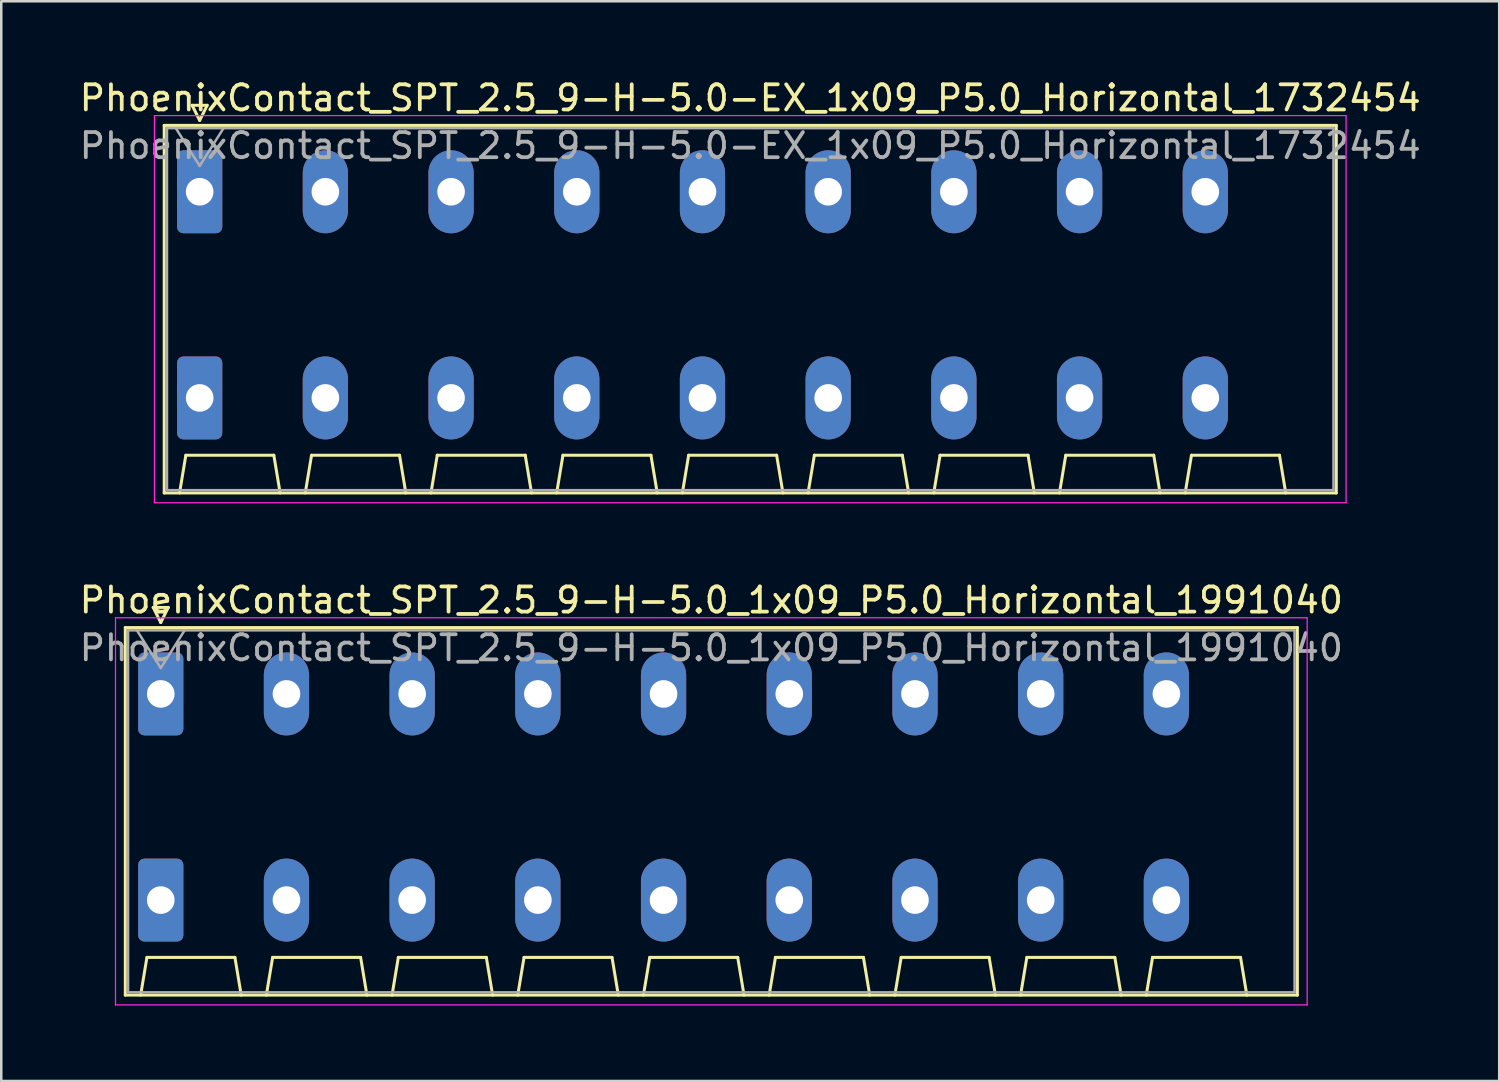
<source format=kicad_pcb>
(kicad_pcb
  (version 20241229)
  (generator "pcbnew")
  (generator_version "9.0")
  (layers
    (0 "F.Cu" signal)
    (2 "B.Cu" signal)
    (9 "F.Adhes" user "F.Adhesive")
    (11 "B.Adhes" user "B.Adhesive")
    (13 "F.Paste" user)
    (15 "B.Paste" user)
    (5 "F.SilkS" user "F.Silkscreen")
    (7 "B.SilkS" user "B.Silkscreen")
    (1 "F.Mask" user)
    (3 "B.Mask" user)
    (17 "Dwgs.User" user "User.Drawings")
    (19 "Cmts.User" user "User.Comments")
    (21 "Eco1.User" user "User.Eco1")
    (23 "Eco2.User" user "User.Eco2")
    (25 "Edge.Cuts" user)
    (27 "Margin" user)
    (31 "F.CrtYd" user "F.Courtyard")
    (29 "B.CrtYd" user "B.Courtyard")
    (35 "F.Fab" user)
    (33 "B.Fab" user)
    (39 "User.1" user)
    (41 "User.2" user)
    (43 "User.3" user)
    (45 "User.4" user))
  (footprint "PhoenixContact_SPT_2.5_9-H-5.0_1x09_P5.0_Horizontal_1991040"
    (layer "F.Cu")
    (at 3.344 24.552)
    (property "Reference" "PhoenixContact_SPT_2.5_9-H-5.0_1x09_P5.0_Horizontal_1991040" (at 21.9 -3.73 0) (layer "F.SilkS") (effects (font (size 1 1) (thickness 0.15))))
    (attr through_hole)
    (fp_line (start -1.41 -2.64) (end 45.21 -2.64) (stroke (width 0.12) (type solid)) (layer "F.SilkS"))
    (fp_line (start -1.41 11.98) (end -1.41 -2.64) (stroke (width 0.12) (type solid)) (layer "F.SilkS"))
    (fp_line (start -0.8 11.98) (end -0.55 10.48) (stroke (width 0.12) (type solid)) (layer "F.SilkS"))
    (fp_line (start -0.55 10.48) (end 2.95 10.48) (stroke (width 0.12) (type solid)) (layer "F.SilkS"))
    (fp_line (start -0.3 -3.44) (end 0 -2.84) (stroke (width 0.12) (type solid)) (layer "F.SilkS"))
    (fp_line (start -0.3 -3.44) (end 0.3 -3.44) (stroke (width 0.12) (type solid)) (layer "F.SilkS"))
    (fp_line (start 0.3 -3.44) (end 0 -2.84) (stroke (width 0.12) (type solid)) (layer "F.SilkS"))
    (fp_line (start 3.2 11.98) (end 2.95 10.48) (stroke (width 0.12) (type solid)) (layer "F.SilkS"))
    (fp_line (start 4.2 11.98) (end 4.45 10.48) (stroke (width 0.12) (type solid)) (layer "F.SilkS"))
    (fp_line (start 4.45 10.48) (end 7.95 10.48) (stroke (width 0.12) (type solid)) (layer "F.SilkS"))
    (fp_line (start 8.2 11.98) (end 7.95 10.48) (stroke (width 0.12) (type solid)) (layer "F.SilkS"))
    (fp_line (start 9.2 11.98) (end 9.45 10.48) (stroke (width 0.12) (type solid)) (layer "F.SilkS"))
    (fp_line (start 9.45 10.48) (end 12.95 10.48) (stroke (width 0.12) (type solid)) (layer "F.SilkS"))
    (fp_line (start 13.2 11.98) (end 12.95 10.48) (stroke (width 0.12) (type solid)) (layer "F.SilkS"))
    (fp_line (start 14.2 11.98) (end 14.45 10.48) (stroke (width 0.12) (type solid)) (layer "F.SilkS"))
    (fp_line (start 14.45 10.48) (end 17.95 10.48) (stroke (width 0.12) (type solid)) (layer "F.SilkS"))
    (fp_line (start 18.2 11.98) (end 17.95 10.48) (stroke (width 0.12) (type solid)) (layer "F.SilkS"))
    (fp_line (start 19.2 11.98) (end 19.45 10.48) (stroke (width 0.12) (type solid)) (layer "F.SilkS"))
    (fp_line (start 19.45 10.48) (end 22.95 10.48) (stroke (width 0.12) (type solid)) (layer "F.SilkS"))
    (fp_line (start 23.2 11.98) (end 22.95 10.48) (stroke (width 0.12) (type solid)) (layer "F.SilkS"))
    (fp_line (start 24.2 11.98) (end 24.45 10.48) (stroke (width 0.12) (type solid)) (layer "F.SilkS"))
    (fp_line (start 24.45 10.48) (end 27.95 10.48) (stroke (width 0.12) (type solid)) (layer "F.SilkS"))
    (fp_line (start 28.2 11.98) (end 27.95 10.48) (stroke (width 0.12) (type solid)) (layer "F.SilkS"))
    (fp_line (start 29.2 11.98) (end 29.45 10.48) (stroke (width 0.12) (type solid)) (layer "F.SilkS"))
    (fp_line (start 29.45 10.48) (end 32.95 10.48) (stroke (width 0.12) (type solid)) (layer "F.SilkS"))
    (fp_line (start 33.2 11.98) (end 32.95 10.48) (stroke (width 0.12) (type solid)) (layer "F.SilkS"))
    (fp_line (start 34.2 11.98) (end 34.45 10.48) (stroke (width 0.12) (type solid)) (layer "F.SilkS"))
    (fp_line (start 34.45 10.48) (end 37.95 10.48) (stroke (width 0.12) (type solid)) (layer "F.SilkS"))
    (fp_line (start 38.2 11.98) (end 37.95 10.48) (stroke (width 0.12) (type solid)) (layer "F.SilkS"))
    (fp_line (start 39.2 11.98) (end 39.45 10.48) (stroke (width 0.12) (type solid)) (layer "F.SilkS"))
    (fp_line (start 39.45 10.48) (end 42.95 10.48) (stroke (width 0.12) (type solid)) (layer "F.SilkS"))
    (fp_line (start 43.2 11.98) (end 42.95 10.48) (stroke (width 0.12) (type solid)) (layer "F.SilkS"))
    (fp_line (start 45.21 -2.64) (end 45.21 11.98) (stroke (width 0.12) (type solid)) (layer "F.SilkS"))
    (fp_line (start 45.21 11.98) (end -1.41 11.98) (stroke (width 0.12) (type solid)) (layer "F.SilkS"))
    (fp_line (start -1.8 -3.03) (end -1.8 12.37) (stroke (width 0.05) (type solid)) (layer "F.CrtYd"))
    (fp_line (start -1.8 12.37) (end 45.6 12.37) (stroke (width 0.05) (type solid)) (layer "F.CrtYd"))
    (fp_line (start 45.6 -3.03) (end -1.8 -3.03) (stroke (width 0.05) (type solid)) (layer "F.CrtYd"))
    (fp_line (start 45.6 12.37) (end 45.6 -3.03) (stroke (width 0.05) (type solid)) (layer "F.CrtYd"))
    (fp_line (start -1.3 -2.53) (end -1.3 11.87) (stroke (width 0.1) (type solid)) (layer "F.Fab"))
    (fp_line (start -1.3 11.87) (end 45.1 11.87) (stroke (width 0.1) (type solid)) (layer "F.Fab"))
    (fp_line (start -0.95 -2.53) (end 0 -1.03) (stroke (width 0.1) (type solid)) (layer "F.Fab"))
    (fp_line (start 0.95 -2.53) (end 0 -1.03) (stroke (width 0.1) (type solid)) (layer "F.Fab"))
    (fp_line (start 45.1 -2.53) (end -1.3 -2.53) (stroke (width 0.1) (type solid)) (layer "F.Fab"))
    (fp_line (start 45.1 11.87) (end 45.1 -2.53) (stroke (width 0.1) (type solid)) (layer "F.Fab"))
    (fp_text user "${REFERENCE}" (at 21.9 -1.83 0) (layer "F.Fab") (effects (font (size 1 1) (thickness 0.15))))
    (pad "1" thru_hole roundrect (at 0 0) (size 1.8 3.3) (drill 1.1) (layers "*.Cu" "*.Mask") (roundrect_rratio 0.139))
    (pad "1" thru_hole roundrect (at 0 8.2) (size 1.8 3.3) (drill 1.1) (layers "*.Cu" "*.Mask") (roundrect_rratio 0.139))
    (pad "2" thru_hole oval (at 5 0) (size 1.8 3.3) (drill 1.1) (layers "*.Cu" "*.Mask"))
    (pad "2" thru_hole oval (at 5 8.2) (size 1.8 3.3) (drill 1.1) (layers "*.Cu" "*.Mask"))
    (pad "3" thru_hole oval (at 10 0) (size 1.8 3.3) (drill 1.1) (layers "*.Cu" "*.Mask"))
    (pad "3" thru_hole oval (at 10 8.2) (size 1.8 3.3) (drill 1.1) (layers "*.Cu" "*.Mask"))
    (pad "4" thru_hole oval (at 15 0) (size 1.8 3.3) (drill 1.1) (layers "*.Cu" "*.Mask"))
    (pad "4" thru_hole oval (at 15 8.2) (size 1.8 3.3) (drill 1.1) (layers "*.Cu" "*.Mask"))
    (pad "5" thru_hole oval (at 20 0) (size 1.8 3.3) (drill 1.1) (layers "*.Cu" "*.Mask"))
    (pad "5" thru_hole oval (at 20 8.2) (size 1.8 3.3) (drill 1.1) (layers "*.Cu" "*.Mask"))
    (pad "6" thru_hole oval (at 25 0) (size 1.8 3.3) (drill 1.1) (layers "*.Cu" "*.Mask"))
    (pad "6" thru_hole oval (at 25 8.2) (size 1.8 3.3) (drill 1.1) (layers "*.Cu" "*.Mask"))
    (pad "7" thru_hole oval (at 30 0) (size 1.8 3.3) (drill 1.1) (layers "*.Cu" "*.Mask"))
    (pad "7" thru_hole oval (at 30 8.2) (size 1.8 3.3) (drill 1.1) (layers "*.Cu" "*.Mask"))
    (pad "8" thru_hole oval (at 35 0) (size 1.8 3.3) (drill 1.1) (layers "*.Cu" "*.Mask"))
    (pad "8" thru_hole oval (at 35 8.2) (size 1.8 3.3) (drill 1.1) (layers "*.Cu" "*.Mask"))
    (pad "9" thru_hole oval (at 40 0) (size 1.8 3.3) (drill 1.1) (layers "*.Cu" "*.Mask"))
    (pad "9" thru_hole oval (at 40 8.2) (size 1.8 3.3) (drill 1.1) (layers "*.Cu" "*.Mask")))
  (footprint "PhoenixContact_SPT_2.5_9-H-5.0-EX_1x09_P5.0_Horizontal_1732454"
    (layer "F.Cu")
    (at 4.892 4.578)
    (property "Reference" "PhoenixContact_SPT_2.5_9-H-5.0-EX_1x09_P5.0_Horizontal_1732454" (at 21.9 -3.73 0) (layer "F.SilkS") (effects (font (size 1 1) (thickness 0.15))))
    (attr through_hole)
    (fp_line (start -1.41 -2.64) (end 45.21 -2.64) (stroke (width 0.12) (type solid)) (layer "F.SilkS"))
    (fp_line (start -1.41 11.98) (end -1.41 -2.64) (stroke (width 0.12) (type solid)) (layer "F.SilkS"))
    (fp_line (start -0.8 11.98) (end -0.55 10.48) (stroke (width 0.12) (type solid)) (layer "F.SilkS"))
    (fp_line (start -0.55 10.48) (end 2.95 10.48) (stroke (width 0.12) (type solid)) (layer "F.SilkS"))
    (fp_line (start -0.3 -3.44) (end 0 -2.84) (stroke (width 0.12) (type solid)) (layer "F.SilkS"))
    (fp_line (start -0.3 -3.44) (end 0.3 -3.44) (stroke (width 0.12) (type solid)) (layer "F.SilkS"))
    (fp_line (start 0.3 -3.44) (end 0 -2.84) (stroke (width 0.12) (type solid)) (layer "F.SilkS"))
    (fp_line (start 3.2 11.98) (end 2.95 10.48) (stroke (width 0.12) (type solid)) (layer "F.SilkS"))
    (fp_line (start 4.2 11.98) (end 4.45 10.48) (stroke (width 0.12) (type solid)) (layer "F.SilkS"))
    (fp_line (start 4.45 10.48) (end 7.95 10.48) (stroke (width 0.12) (type solid)) (layer "F.SilkS"))
    (fp_line (start 8.2 11.98) (end 7.95 10.48) (stroke (width 0.12) (type solid)) (layer "F.SilkS"))
    (fp_line (start 9.2 11.98) (end 9.45 10.48) (stroke (width 0.12) (type solid)) (layer "F.SilkS"))
    (fp_line (start 9.45 10.48) (end 12.95 10.48) (stroke (width 0.12) (type solid)) (layer "F.SilkS"))
    (fp_line (start 13.2 11.98) (end 12.95 10.48) (stroke (width 0.12) (type solid)) (layer "F.SilkS"))
    (fp_line (start 14.2 11.98) (end 14.45 10.48) (stroke (width 0.12) (type solid)) (layer "F.SilkS"))
    (fp_line (start 14.45 10.48) (end 17.95 10.48) (stroke (width 0.12) (type solid)) (layer "F.SilkS"))
    (fp_line (start 18.2 11.98) (end 17.95 10.48) (stroke (width 0.12) (type solid)) (layer "F.SilkS"))
    (fp_line (start 19.2 11.98) (end 19.45 10.48) (stroke (width 0.12) (type solid)) (layer "F.SilkS"))
    (fp_line (start 19.45 10.48) (end 22.95 10.48) (stroke (width 0.12) (type solid)) (layer "F.SilkS"))
    (fp_line (start 23.2 11.98) (end 22.95 10.48) (stroke (width 0.12) (type solid)) (layer "F.SilkS"))
    (fp_line (start 24.2 11.98) (end 24.45 10.48) (stroke (width 0.12) (type solid)) (layer "F.SilkS"))
    (fp_line (start 24.45 10.48) (end 27.95 10.48) (stroke (width 0.12) (type solid)) (layer "F.SilkS"))
    (fp_line (start 28.2 11.98) (end 27.95 10.48) (stroke (width 0.12) (type solid)) (layer "F.SilkS"))
    (fp_line (start 29.2 11.98) (end 29.45 10.48) (stroke (width 0.12) (type solid)) (layer "F.SilkS"))
    (fp_line (start 29.45 10.48) (end 32.95 10.48) (stroke (width 0.12) (type solid)) (layer "F.SilkS"))
    (fp_line (start 33.2 11.98) (end 32.95 10.48) (stroke (width 0.12) (type solid)) (layer "F.SilkS"))
    (fp_line (start 34.2 11.98) (end 34.45 10.48) (stroke (width 0.12) (type solid)) (layer "F.SilkS"))
    (fp_line (start 34.45 10.48) (end 37.95 10.48) (stroke (width 0.12) (type solid)) (layer "F.SilkS"))
    (fp_line (start 38.2 11.98) (end 37.95 10.48) (stroke (width 0.12) (type solid)) (layer "F.SilkS"))
    (fp_line (start 39.2 11.98) (end 39.45 10.48) (stroke (width 0.12) (type solid)) (layer "F.SilkS"))
    (fp_line (start 39.45 10.48) (end 42.95 10.48) (stroke (width 0.12) (type solid)) (layer "F.SilkS"))
    (fp_line (start 43.2 11.98) (end 42.95 10.48) (stroke (width 0.12) (type solid)) (layer "F.SilkS"))
    (fp_line (start 45.21 -2.64) (end 45.21 11.98) (stroke (width 0.12) (type solid)) (layer "F.SilkS"))
    (fp_line (start 45.21 11.98) (end -1.41 11.98) (stroke (width 0.12) (type solid)) (layer "F.SilkS"))
    (fp_line (start -1.8 -3.03) (end -1.8 12.37) (stroke (width 0.05) (type solid)) (layer "F.CrtYd"))
    (fp_line (start -1.8 12.37) (end 45.6 12.37) (stroke (width 0.05) (type solid)) (layer "F.CrtYd"))
    (fp_line (start 45.6 -3.03) (end -1.8 -3.03) (stroke (width 0.05) (type solid)) (layer "F.CrtYd"))
    (fp_line (start 45.6 12.37) (end 45.6 -3.03) (stroke (width 0.05) (type solid)) (layer "F.CrtYd"))
    (fp_line (start -1.3 -2.53) (end -1.3 11.87) (stroke (width 0.1) (type solid)) (layer "F.Fab"))
    (fp_line (start -1.3 11.87) (end 45.1 11.87) (stroke (width 0.1) (type solid)) (layer "F.Fab"))
    (fp_line (start -0.95 -2.53) (end 0 -1.03) (stroke (width 0.1) (type solid)) (layer "F.Fab"))
    (fp_line (start 0.95 -2.53) (end 0 -1.03) (stroke (width 0.1) (type solid)) (layer "F.Fab"))
    (fp_line (start 45.1 -2.53) (end -1.3 -2.53) (stroke (width 0.1) (type solid)) (layer "F.Fab"))
    (fp_line (start 45.1 11.87) (end 45.1 -2.53) (stroke (width 0.1) (type solid)) (layer "F.Fab"))
    (fp_text user "${REFERENCE}" (at 21.9 -1.83 0) (layer "F.Fab") (effects (font (size 1 1) (thickness 0.15))))
    (pad "1" thru_hole roundrect (at 0 0) (size 1.8 3.3) (drill 1.1) (layers "*.Cu" "*.Mask") (roundrect_rratio 0.139))
    (pad "1" thru_hole roundrect (at 0 8.2) (size 1.8 3.3) (drill 1.1) (layers "*.Cu" "*.Mask") (roundrect_rratio 0.139))
    (pad "2" thru_hole oval (at 5 0) (size 1.8 3.3) (drill 1.1) (layers "*.Cu" "*.Mask"))
    (pad "2" thru_hole oval (at 5 8.2) (size 1.8 3.3) (drill 1.1) (layers "*.Cu" "*.Mask"))
    (pad "3" thru_hole oval (at 10 0) (size 1.8 3.3) (drill 1.1) (layers "*.Cu" "*.Mask"))
    (pad "3" thru_hole oval (at 10 8.2) (size 1.8 3.3) (drill 1.1) (layers "*.Cu" "*.Mask"))
    (pad "4" thru_hole oval (at 15 0) (size 1.8 3.3) (drill 1.1) (layers "*.Cu" "*.Mask"))
    (pad "4" thru_hole oval (at 15 8.2) (size 1.8 3.3) (drill 1.1) (layers "*.Cu" "*.Mask"))
    (pad "5" thru_hole oval (at 20 0) (size 1.8 3.3) (drill 1.1) (layers "*.Cu" "*.Mask"))
    (pad "5" thru_hole oval (at 20 8.2) (size 1.8 3.3) (drill 1.1) (layers "*.Cu" "*.Mask"))
    (pad "6" thru_hole oval (at 25 0) (size 1.8 3.3) (drill 1.1) (layers "*.Cu" "*.Mask"))
    (pad "6" thru_hole oval (at 25 8.2) (size 1.8 3.3) (drill 1.1) (layers "*.Cu" "*.Mask"))
    (pad "7" thru_hole oval (at 30 0) (size 1.8 3.3) (drill 1.1) (layers "*.Cu" "*.Mask"))
    (pad "7" thru_hole oval (at 30 8.2) (size 1.8 3.3) (drill 1.1) (layers "*.Cu" "*.Mask"))
    (pad "8" thru_hole oval (at 35 0) (size 1.8 3.3) (drill 1.1) (layers "*.Cu" "*.Mask"))
    (pad "8" thru_hole oval (at 35 8.2) (size 1.8 3.3) (drill 1.1) (layers "*.Cu" "*.Mask"))
    (pad "9" thru_hole oval (at 40 0) (size 1.8 3.3) (drill 1.1) (layers "*.Cu" "*.Mask"))
    (pad "9" thru_hole oval (at 40 8.2) (size 1.8 3.3) (drill 1.1) (layers "*.Cu" "*.Mask")))
  (gr_rect
    (start -3 -3)
    (end 56.583 39.947)
    (stroke (width 0.1) (type default))
    (fill no)
    (layer "Edge.Cuts")))
</source>
